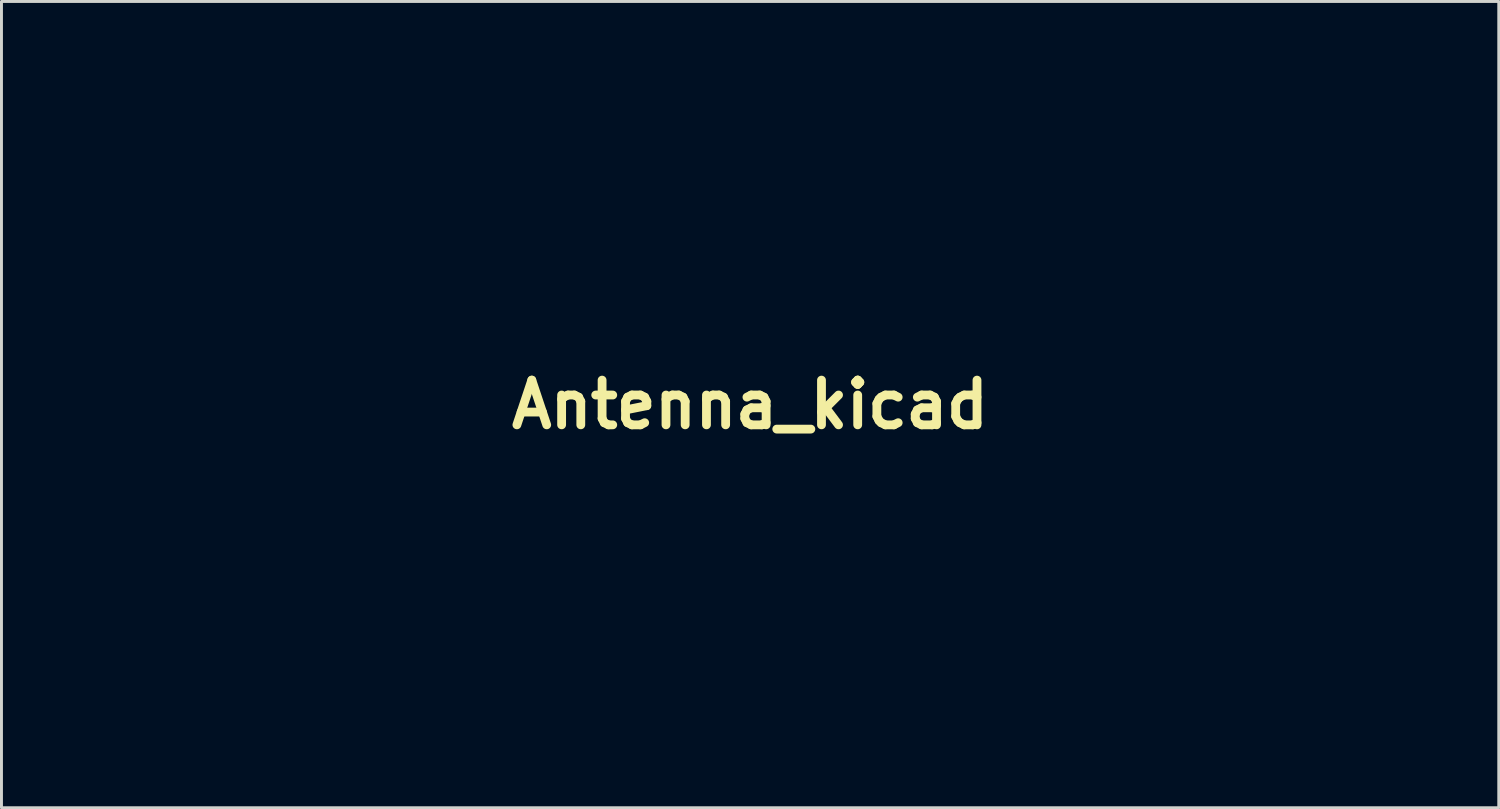
<source format=kicad_pcb>
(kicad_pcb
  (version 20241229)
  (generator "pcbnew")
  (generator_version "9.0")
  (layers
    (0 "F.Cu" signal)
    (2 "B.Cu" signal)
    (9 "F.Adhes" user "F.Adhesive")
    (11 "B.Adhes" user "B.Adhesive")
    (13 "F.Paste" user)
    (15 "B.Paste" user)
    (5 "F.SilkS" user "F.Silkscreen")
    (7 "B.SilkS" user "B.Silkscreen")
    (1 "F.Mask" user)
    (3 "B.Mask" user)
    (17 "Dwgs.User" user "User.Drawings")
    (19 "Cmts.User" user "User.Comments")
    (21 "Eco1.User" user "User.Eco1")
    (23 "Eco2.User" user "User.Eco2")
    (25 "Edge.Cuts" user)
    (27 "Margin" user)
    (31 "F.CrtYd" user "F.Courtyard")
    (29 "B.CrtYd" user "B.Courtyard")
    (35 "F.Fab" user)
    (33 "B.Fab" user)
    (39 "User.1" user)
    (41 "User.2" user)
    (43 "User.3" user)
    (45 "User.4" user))
  (footprint "Antenna_kicad"
    (layer "F.Cu")
    (at 22.507 10.735)
    (property "Reference" "Antenna_kicad" (at 0 0 0) (layer "F.SilkS") (effects (font (size 1.524 1.524) (thickness 0.3))))
    (attr through_hole)
    (fp_poly (pts (xy 22.502 10.73) (xy -22.502 10.73) (xy -22.502 -9.89) (xy -21.586 -9.89) (xy -21.586 10.119) (xy -20.62 10.119) (xy -20.62 -8.899) (xy -15.586 -8.899) (xy -15.586 10.119) (xy -13.603 10.119) (xy -13.603 -8.899) (xy -9.585 -8.899) (xy -9.585 2.11) (xy -3.585 2.11) (xy -3.585 -8.899) (xy 0.436 -8.899) (xy 0.432 -3.668) (xy 0.432 -3.151) (xy 0.431 -2.647) (xy 0.431 -2.156) (xy 0.431 -1.681) (xy 0.43 -1.225) (xy 0.43 -0.791) (xy 0.43 -0.381) (xy 0.43 0.003) (xy 0.43 0.358) (xy 0.43 0.681) (xy 0.429 0.97) (xy 0.429 1.222) (xy 0.429 1.435) (xy 0.43 1.606) (xy 0.43 1.733) (xy 0.43 1.813) (xy 0.43 1.837) (xy 0.432 2.11) (xy 6.407 2.11) (xy 6.407 -8.899) (xy 10.424 -8.899) (xy 10.424 2.11) (xy 16.425 2.11) (xy 16.425 -8.899) (xy 20.442 -8.899) (xy 20.442 7.094) (xy 21.434 7.094) (xy 21.434 -9.89) (xy 15.433 -9.89) (xy 15.433 1.119) (xy 11.416 1.119) (xy 11.416 -9.89) (xy 5.416 -9.89) (xy 5.416 1.119) (xy 1.429 1.119) (xy 1.411 0.578) (xy 1.41 0.498) (xy 1.408 0.369) (xy 1.406 0.195) (xy 1.405 -0.021) (xy 1.404 -0.277) (xy 1.403 -0.57) (xy 1.402 -0.896) (xy 1.401 -1.254) (xy 1.401 -1.641) (xy 1.4 -2.053) (xy 1.4 -2.488) (xy 1.4 -2.943) (xy 1.4 -3.415) (xy 1.401 -3.902) (xy 1.401 -4.4) (xy 1.402 -4.907) (xy 1.402 -4.926) (xy 1.411 -9.89) (xy -1.583 -9.89) (xy -4.577 -9.89) (xy -4.577 1.119) (xy -8.594 1.119) (xy -8.594 -9.89) (xy -21.586 -9.89) (xy -22.502 -9.89) (xy -22.502 -10.73) (xy 22.502 -10.73) (xy 22.502 10.73)) (stroke (width 0.01) (type solid)) (fill no) (layer "Eco2.User")))
  (gr_rect
    (start -3 -3)
    (end 48.013 24.469)
    (stroke (width 0.1) (type default))
    (fill no)
    (layer "Edge.Cuts")))
</source>
